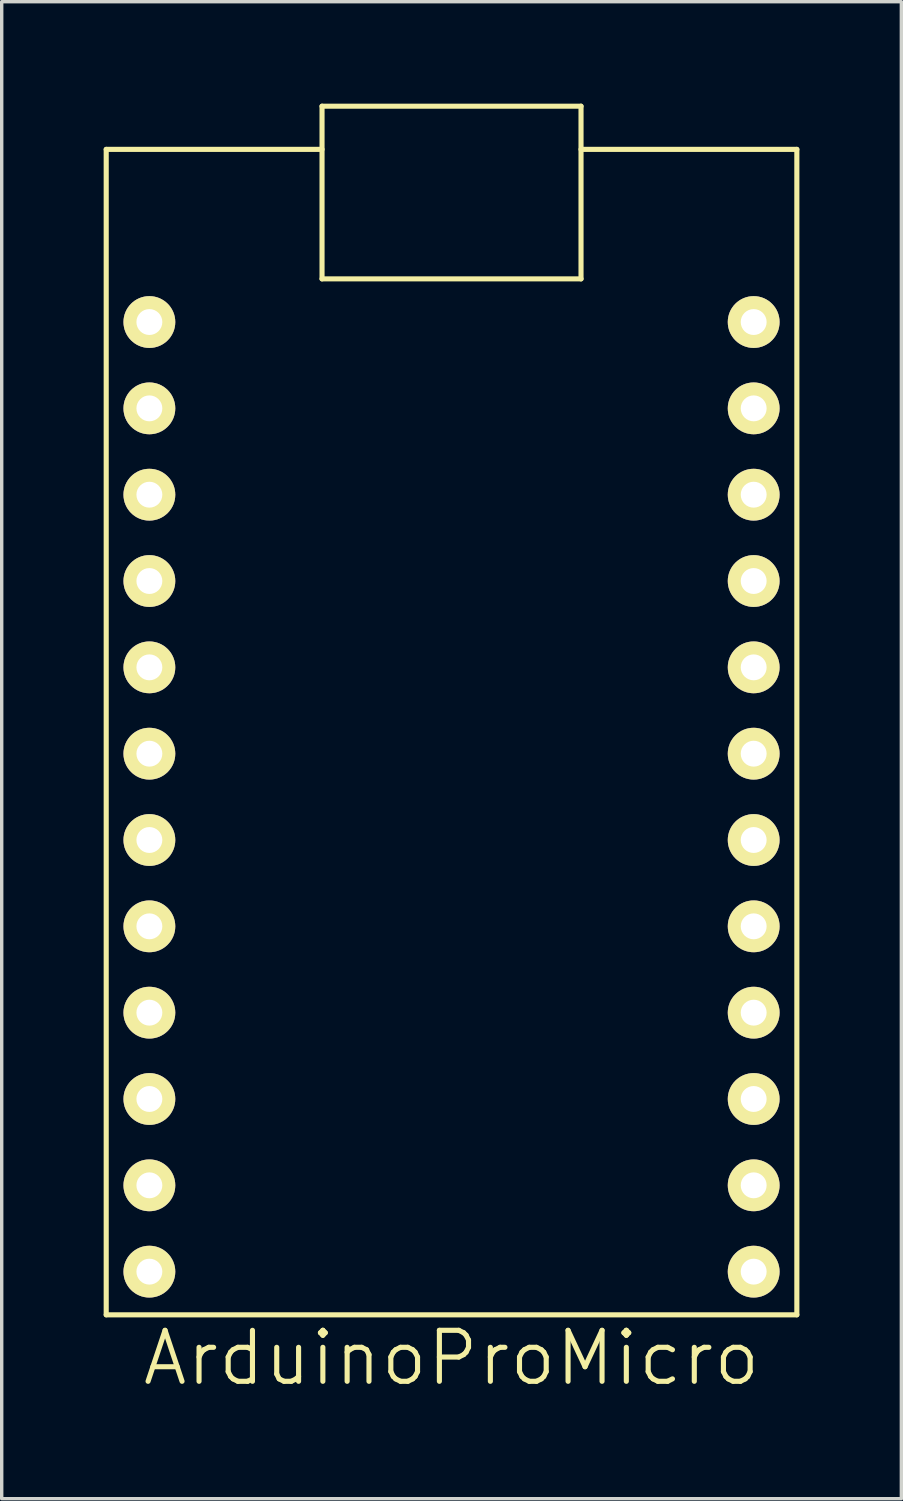
<source format=kicad_pcb>
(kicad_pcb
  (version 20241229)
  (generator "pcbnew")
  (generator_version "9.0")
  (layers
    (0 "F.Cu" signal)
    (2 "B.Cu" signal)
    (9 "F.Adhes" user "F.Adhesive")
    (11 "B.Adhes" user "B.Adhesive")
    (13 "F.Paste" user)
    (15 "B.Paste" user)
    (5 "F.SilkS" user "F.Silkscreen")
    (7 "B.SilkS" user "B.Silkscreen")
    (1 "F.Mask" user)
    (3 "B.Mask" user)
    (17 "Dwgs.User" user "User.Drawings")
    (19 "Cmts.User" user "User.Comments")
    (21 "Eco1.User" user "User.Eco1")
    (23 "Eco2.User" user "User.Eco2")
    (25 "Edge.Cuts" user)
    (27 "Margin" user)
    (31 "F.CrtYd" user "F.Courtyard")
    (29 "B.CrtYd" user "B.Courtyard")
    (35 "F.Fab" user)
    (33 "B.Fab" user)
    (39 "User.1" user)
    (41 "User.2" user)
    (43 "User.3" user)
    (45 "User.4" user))
  (footprint "ArduinoProMicro"
    (layer "F.Cu")
    (at 11.505 11.505)
    (property "Reference" "ArduinoProMicro" (at -1.27 25.4 0) (layer "F.SilkS") (effects (font (size 1.5 1.5) (thickness 0.15))))
    (attr through_hole)
    (fp_line (start -11.43 -10.16) (end -11.43 24.13) (stroke (width 0.15) (type solid)) (layer "F.SilkS"))
    (fp_line (start -11.43 24.13) (end 8.89 24.13) (stroke (width 0.15) (type solid)) (layer "F.SilkS"))
    (fp_line (start -5.08 -11.43) (end -5.08 -6.35) (stroke (width 0.15) (type solid)) (layer "F.SilkS"))
    (fp_line (start -5.08 -11.43) (end 2.54 -11.43) (stroke (width 0.15) (type solid)) (layer "F.SilkS"))
    (fp_line (start -5.08 -10.16) (end -11.43 -10.16) (stroke (width 0.15) (type solid)) (layer "F.SilkS"))
    (fp_line (start -5.08 -6.35) (end 2.54 -6.35) (stroke (width 0.15) (type solid)) (layer "F.SilkS"))
    (fp_line (start 2.54 -6.35) (end 2.54 -11.43) (stroke (width 0.15) (type solid)) (layer "F.SilkS"))
    (fp_line (start 8.89 -10.16) (end 2.54 -10.16) (stroke (width 0.15) (type solid)) (layer "F.SilkS"))
    (fp_line (start 8.89 24.13) (end 8.89 -10.16) (stroke (width 0.15) (type solid)) (layer "F.SilkS"))
    (pad "1" thru_hole circle (at -10.16 -5.08) (size 1.524 1.524) (drill 0.762) (layers "*.Cu" "*.Mask" "F.SilkS"))
    (pad "2" thru_hole circle (at -10.16 -2.54) (size 1.524 1.524) (drill 0.762) (layers "*.Cu" "*.Mask" "F.SilkS"))
    (pad "3" thru_hole circle (at -10.16 0) (size 1.524 1.524) (drill 0.762) (layers "*.Cu" "*.Mask" "F.SilkS"))
    (pad "4" thru_hole circle (at -10.16 2.54) (size 1.524 1.524) (drill 0.762) (layers "*.Cu" "*.Mask" "F.SilkS"))
    (pad "5" thru_hole circle (at -10.16 5.08) (size 1.524 1.524) (drill 0.762) (layers "*.Cu" "*.Mask" "F.SilkS"))
    (pad "6" thru_hole circle (at -10.16 7.62) (size 1.524 1.524) (drill 0.762) (layers "*.Cu" "*.Mask" "F.SilkS"))
    (pad "7" thru_hole circle (at -10.16 10.16) (size 1.524 1.524) (drill 0.762) (layers "*.Cu" "*.Mask" "F.SilkS"))
    (pad "8" thru_hole circle (at -10.16 12.7) (size 1.524 1.524) (drill 0.762) (layers "*.Cu" "*.Mask" "F.SilkS"))
    (pad "9" thru_hole circle (at -10.16 15.24) (size 1.524 1.524) (drill 0.762) (layers "*.Cu" "*.Mask" "F.SilkS"))
    (pad "10" thru_hole circle (at -10.16 17.78) (size 1.524 1.524) (drill 0.762) (layers "*.Cu" "*.Mask" "F.SilkS"))
    (pad "11" thru_hole circle (at -10.16 20.32) (size 1.524 1.524) (drill 0.762) (layers "*.Cu" "*.Mask" "F.SilkS"))
    (pad "12" thru_hole circle (at -10.16 22.86) (size 1.524 1.524) (drill 0.762) (layers "*.Cu" "*.Mask" "F.SilkS"))
    (pad "13" thru_hole circle (at 7.62 22.86) (size 1.524 1.524) (drill 0.762) (layers "*.Cu" "*.Mask" "F.SilkS"))
    (pad "14" thru_hole circle (at 7.62 20.32) (size 1.524 1.524) (drill 0.762) (layers "*.Cu" "*.Mask" "F.SilkS"))
    (pad "15" thru_hole circle (at 7.62 17.78) (size 1.524 1.524) (drill 0.762) (layers "*.Cu" "*.Mask" "F.SilkS"))
    (pad "16" thru_hole circle (at 7.62 15.24) (size 1.524 1.524) (drill 0.762) (layers "*.Cu" "*.Mask" "F.SilkS"))
    (pad "17" thru_hole circle (at 7.62 12.7) (size 1.524 1.524) (drill 0.762) (layers "*.Cu" "*.Mask" "F.SilkS"))
    (pad "18" thru_hole circle (at 7.62 10.16) (size 1.524 1.524) (drill 0.762) (layers "*.Cu" "*.Mask" "F.SilkS"))
    (pad "19" thru_hole circle (at 7.62 7.62) (size 1.524 1.524) (drill 0.762) (layers "*.Cu" "*.Mask" "F.SilkS"))
    (pad "20" thru_hole circle (at 7.62 5.08) (size 1.524 1.524) (drill 0.762) (layers "*.Cu" "*.Mask" "F.SilkS"))
    (pad "21" thru_hole circle (at 7.62 2.54) (size 1.524 1.524) (drill 0.762) (layers "*.Cu" "*.Mask" "F.SilkS"))
    (pad "22" thru_hole circle (at 7.62 0) (size 1.524 1.524) (drill 0.762) (layers "*.Cu" "*.Mask" "F.SilkS"))
    (pad "23" thru_hole circle (at 7.62 -2.54) (size 1.524 1.524) (drill 0.762) (layers "*.Cu" "*.Mask" "F.SilkS"))
    (pad "24" thru_hole circle (at 7.62 -5.08) (size 1.524 1.524) (drill 0.762) (layers "*.Cu" "*.Mask" "F.SilkS")))
  (gr_rect
    (start -3 -3)
    (end 23.47 41.046)
    (stroke (width 0.1) (type default))
    (fill no)
    (layer "Edge.Cuts")))
</source>
